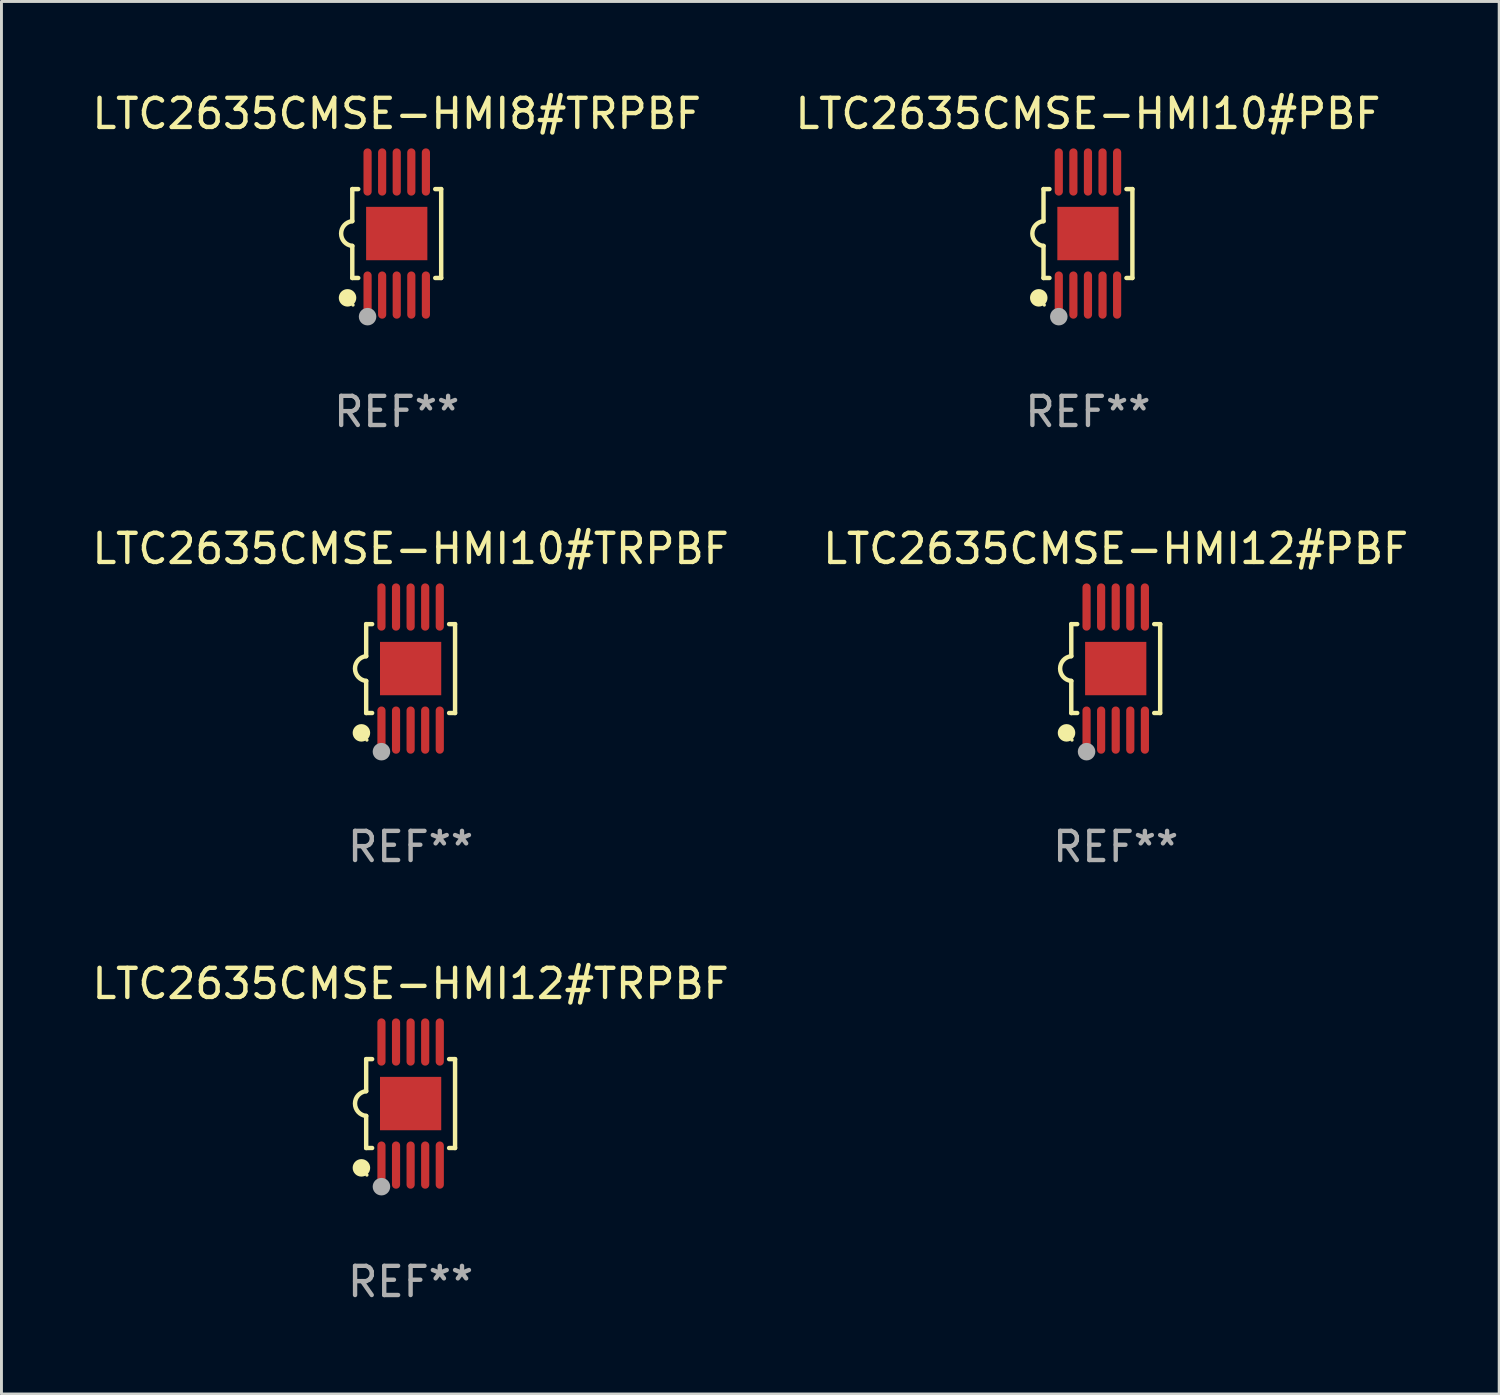
<source format=kicad_pcb>
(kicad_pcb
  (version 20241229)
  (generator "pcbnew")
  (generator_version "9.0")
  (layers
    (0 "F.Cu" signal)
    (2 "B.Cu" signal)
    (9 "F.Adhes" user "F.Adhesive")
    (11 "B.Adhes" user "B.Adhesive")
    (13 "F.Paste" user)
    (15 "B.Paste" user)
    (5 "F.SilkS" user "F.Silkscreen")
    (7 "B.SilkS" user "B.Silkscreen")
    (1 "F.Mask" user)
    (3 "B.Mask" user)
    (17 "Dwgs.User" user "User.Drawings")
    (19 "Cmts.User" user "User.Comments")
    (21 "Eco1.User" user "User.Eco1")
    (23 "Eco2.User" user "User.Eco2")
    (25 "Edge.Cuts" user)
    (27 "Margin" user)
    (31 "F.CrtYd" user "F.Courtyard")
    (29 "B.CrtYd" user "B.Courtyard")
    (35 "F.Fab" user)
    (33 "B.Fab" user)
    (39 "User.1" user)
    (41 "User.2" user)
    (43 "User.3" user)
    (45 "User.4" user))
  (footprint "LTC2635CMSE-HMI12#TRPBF"
    (layer "F.Cu")
    (at 11.03 34.791)
    (property "Reference" "LTC2635CMSE-HMI12#TRPBF" (at 0 -4.11 0) (layer "F.SilkS") (effects (font (size 1 1) (thickness 0.15))))
    (attr through_hole)
    (fp_line (start -1.524 -1.524) (end -1.524 -0.424) (stroke (width 0.152) (type solid)) (layer "F.SilkS"))
    (fp_line (start -1.524 1.524) (end -1.524 0.424) (stroke (width 0.152) (type solid)) (layer "F.SilkS"))
    (fp_line (start -1.524 1.524) (end -1.32 1.524) (stroke (width 0.152) (type solid)) (layer "F.SilkS"))
    (fp_line (start -1.32 -1.524) (end -1.524 -1.524) (stroke (width 0.152) (type solid)) (layer "F.SilkS"))
    (fp_line (start 1.32 1.524) (end 1.524 1.524) (stroke (width 0.152) (type solid)) (layer "F.SilkS"))
    (fp_line (start 1.524 -1.524) (end 1.32 -1.524) (stroke (width 0.152) (type solid)) (layer "F.SilkS"))
    (fp_line (start 1.524 1.524) (end 1.524 -1.524) (stroke (width 0.152) (type solid)) (layer "F.SilkS"))
    (fp_arc (start -1.524003 0.424003) (mid -1.906663 -0.000089) (end -1.524004 -0.424181) (stroke (width 0.151994) (type solid)) (layer "F.SilkS"))
    (fp_circle (center -1.687 2.205) (end -1.537 2.205) (stroke (width 0.3) (type solid)) (fill no) (layer "F.SilkS"))
    (fp_circle (center -1.5 2.45) (end -1.47 2.45) (stroke (width 0.06) (type solid)) (fill no) (layer "F.SilkS"))
    (fp_circle (center -1 2.85) (end -0.85 2.85) (stroke (width 0.3) (type solid)) (fill no) (layer "F.Fab"))
    (fp_text user "REF**" (at 0 6.11 0) (layer "F.Fab") (effects (font (size 1 1) (thickness 0.15))))
    (pad "1" smd oval (at -1 2.11) (size 0.28 1.62) (layers "F.Cu" "F.Mask" "F.Paste"))
    (pad "2" smd oval (at -0.5 2.11) (size 0.28 1.62) (layers "F.Cu" "F.Mask" "F.Paste"))
    (pad "3" smd oval (at 0 2.11) (size 0.28 1.62) (layers "F.Cu" "F.Mask" "F.Paste"))
    (pad "4" smd oval (at 0.5 2.11) (size 0.28 1.62) (layers "F.Cu" "F.Mask" "F.Paste"))
    (pad "5" smd oval (at 1 2.11) (size 0.28 1.62) (layers "F.Cu" "F.Mask" "F.Paste"))
    (pad "6" smd oval (at 1 -2.11) (size 0.28 1.62) (layers "F.Cu" "F.Mask" "F.Paste"))
    (pad "7" smd oval (at 0.5 -2.11) (size 0.28 1.62) (layers "F.Cu" "F.Mask" "F.Paste"))
    (pad "8" smd oval (at 0 -2.11) (size 0.28 1.62) (layers "F.Cu" "F.Mask" "F.Paste"))
    (pad "9" smd oval (at -0.5 -2.11) (size 0.28 1.62) (layers "F.Cu" "F.Mask" "F.Paste"))
    (pad "10" smd oval (at -1 -2.11) (size 0.28 1.62) (layers "F.Cu" "F.Mask" "F.Paste"))
    (pad "11" smd rect (at 0 0) (size 2.1 1.83) (layers "F.Cu" "F.Mask" "F.Paste")))
  (footprint "LTC2635CMSE-HMI12#PBF"
    (layer "F.Cu")
    (at 35.208 19.875)
    (property "Reference" "LTC2635CMSE-HMI12#PBF" (at 0 -4.11 0) (layer "F.SilkS") (effects (font (size 1 1) (thickness 0.15))))
    (attr through_hole)
    (fp_line (start -1.524 -1.524) (end -1.524 -0.424) (stroke (width 0.152) (type solid)) (layer "F.SilkS"))
    (fp_line (start -1.524 1.524) (end -1.524 0.424) (stroke (width 0.152) (type solid)) (layer "F.SilkS"))
    (fp_line (start -1.524 1.524) (end -1.32 1.524) (stroke (width 0.152) (type solid)) (layer "F.SilkS"))
    (fp_line (start -1.32 -1.524) (end -1.524 -1.524) (stroke (width 0.152) (type solid)) (layer "F.SilkS"))
    (fp_line (start 1.32 1.524) (end 1.524 1.524) (stroke (width 0.152) (type solid)) (layer "F.SilkS"))
    (fp_line (start 1.524 -1.524) (end 1.32 -1.524) (stroke (width 0.152) (type solid)) (layer "F.SilkS"))
    (fp_line (start 1.524 1.524) (end 1.524 -1.524) (stroke (width 0.152) (type solid)) (layer "F.SilkS"))
    (fp_arc (start -1.524003 0.424003) (mid -1.906663 -0.000089) (end -1.524004 -0.424181) (stroke (width 0.151994) (type solid)) (layer "F.SilkS"))
    (fp_circle (center -1.687 2.205) (end -1.537 2.205) (stroke (width 0.3) (type solid)) (fill no) (layer "F.SilkS"))
    (fp_circle (center -1.5 2.45) (end -1.47 2.45) (stroke (width 0.06) (type solid)) (fill no) (layer "F.SilkS"))
    (fp_circle (center -1 2.85) (end -0.85 2.85) (stroke (width 0.3) (type solid)) (fill no) (layer "F.Fab"))
    (fp_text user "REF**" (at 0 6.11 0) (layer "F.Fab") (effects (font (size 1 1) (thickness 0.15))))
    (pad "1" smd oval (at -1 2.11) (size 0.28 1.62) (layers "F.Cu" "F.Mask" "F.Paste"))
    (pad "2" smd oval (at -0.5 2.11) (size 0.28 1.62) (layers "F.Cu" "F.Mask" "F.Paste"))
    (pad "3" smd oval (at 0 2.11) (size 0.28 1.62) (layers "F.Cu" "F.Mask" "F.Paste"))
    (pad "4" smd oval (at 0.5 2.11) (size 0.28 1.62) (layers "F.Cu" "F.Mask" "F.Paste"))
    (pad "5" smd oval (at 1 2.11) (size 0.28 1.62) (layers "F.Cu" "F.Mask" "F.Paste"))
    (pad "6" smd oval (at 1 -2.11) (size 0.28 1.62) (layers "F.Cu" "F.Mask" "F.Paste"))
    (pad "7" smd oval (at 0.5 -2.11) (size 0.28 1.62) (layers "F.Cu" "F.Mask" "F.Paste"))
    (pad "8" smd oval (at 0 -2.11) (size 0.28 1.62) (layers "F.Cu" "F.Mask" "F.Paste"))
    (pad "9" smd oval (at -0.5 -2.11) (size 0.28 1.62) (layers "F.Cu" "F.Mask" "F.Paste"))
    (pad "10" smd oval (at -1 -2.11) (size 0.28 1.62) (layers "F.Cu" "F.Mask" "F.Paste"))
    (pad "11" smd rect (at 0 0) (size 2.1 1.83) (layers "F.Cu" "F.Mask" "F.Paste")))
  (footprint "LTC2635CMSE-HMI8#TRPBF"
    (layer "F.Cu")
    (at 10.554 4.958)
    (property "Reference" "LTC2635CMSE-HMI8#TRPBF" (at 0 -4.11 0) (layer "F.SilkS") (effects (font (size 1 1) (thickness 0.15))))
    (attr through_hole)
    (fp_line (start -1.524 -1.524) (end -1.524 -0.424) (stroke (width 0.152) (type solid)) (layer "F.SilkS"))
    (fp_line (start -1.524 1.524) (end -1.524 0.424) (stroke (width 0.152) (type solid)) (layer "F.SilkS"))
    (fp_line (start -1.524 1.524) (end -1.32 1.524) (stroke (width 0.152) (type solid)) (layer "F.SilkS"))
    (fp_line (start -1.32 -1.524) (end -1.524 -1.524) (stroke (width 0.152) (type solid)) (layer "F.SilkS"))
    (fp_line (start 1.32 1.524) (end 1.524 1.524) (stroke (width 0.152) (type solid)) (layer "F.SilkS"))
    (fp_line (start 1.524 -1.524) (end 1.32 -1.524) (stroke (width 0.152) (type solid)) (layer "F.SilkS"))
    (fp_line (start 1.524 1.524) (end 1.524 -1.524) (stroke (width 0.152) (type solid)) (layer "F.SilkS"))
    (fp_arc (start -1.524003 0.424003) (mid -1.906663 -0.000089) (end -1.524004 -0.424181) (stroke (width 0.151994) (type solid)) (layer "F.SilkS"))
    (fp_circle (center -1.687 2.205) (end -1.537 2.205) (stroke (width 0.3) (type solid)) (fill no) (layer "F.SilkS"))
    (fp_circle (center -1.5 2.45) (end -1.47 2.45) (stroke (width 0.06) (type solid)) (fill no) (layer "F.SilkS"))
    (fp_circle (center -1 2.85) (end -0.85 2.85) (stroke (width 0.3) (type solid)) (fill no) (layer "F.Fab"))
    (fp_text user "REF**" (at 0 6.11 0) (layer "F.Fab") (effects (font (size 1 1) (thickness 0.15))))
    (pad "1" smd oval (at -1 2.11) (size 0.28 1.62) (layers "F.Cu" "F.Mask" "F.Paste"))
    (pad "2" smd oval (at -0.5 2.11) (size 0.28 1.62) (layers "F.Cu" "F.Mask" "F.Paste"))
    (pad "3" smd oval (at 0 2.11) (size 0.28 1.62) (layers "F.Cu" "F.Mask" "F.Paste"))
    (pad "4" smd oval (at 0.5 2.11) (size 0.28 1.62) (layers "F.Cu" "F.Mask" "F.Paste"))
    (pad "5" smd oval (at 1 2.11) (size 0.28 1.62) (layers "F.Cu" "F.Mask" "F.Paste"))
    (pad "6" smd oval (at 1 -2.11) (size 0.28 1.62) (layers "F.Cu" "F.Mask" "F.Paste"))
    (pad "7" smd oval (at 0.5 -2.11) (size 0.28 1.62) (layers "F.Cu" "F.Mask" "F.Paste"))
    (pad "8" smd oval (at 0 -2.11) (size 0.28 1.62) (layers "F.Cu" "F.Mask" "F.Paste"))
    (pad "9" smd oval (at -0.5 -2.11) (size 0.28 1.62) (layers "F.Cu" "F.Mask" "F.Paste"))
    (pad "10" smd oval (at -1 -2.11) (size 0.28 1.62) (layers "F.Cu" "F.Mask" "F.Paste"))
    (pad "11" smd rect (at 0 0) (size 2.1 1.83) (layers "F.Cu" "F.Mask" "F.Paste")))
  (footprint "LTC2635CMSE-HMI10#TRPBF"
    (layer "F.Cu")
    (at 11.03 19.875)
    (property "Reference" "LTC2635CMSE-HMI10#TRPBF" (at 0 -4.11 0) (layer "F.SilkS") (effects (font (size 1 1) (thickness 0.15))))
    (attr through_hole)
    (fp_line (start -1.524 -1.524) (end -1.524 -0.424) (stroke (width 0.152) (type solid)) (layer "F.SilkS"))
    (fp_line (start -1.524 1.524) (end -1.524 0.424) (stroke (width 0.152) (type solid)) (layer "F.SilkS"))
    (fp_line (start -1.524 1.524) (end -1.32 1.524) (stroke (width 0.152) (type solid)) (layer "F.SilkS"))
    (fp_line (start -1.32 -1.524) (end -1.524 -1.524) (stroke (width 0.152) (type solid)) (layer "F.SilkS"))
    (fp_line (start 1.32 1.524) (end 1.524 1.524) (stroke (width 0.152) (type solid)) (layer "F.SilkS"))
    (fp_line (start 1.524 -1.524) (end 1.32 -1.524) (stroke (width 0.152) (type solid)) (layer "F.SilkS"))
    (fp_line (start 1.524 1.524) (end 1.524 -1.524) (stroke (width 0.152) (type solid)) (layer "F.SilkS"))
    (fp_arc (start -1.524003 0.424003) (mid -1.906663 -0.000089) (end -1.524004 -0.424181) (stroke (width 0.151994) (type solid)) (layer "F.SilkS"))
    (fp_circle (center -1.687 2.205) (end -1.537 2.205) (stroke (width 0.3) (type solid)) (fill no) (layer "F.SilkS"))
    (fp_circle (center -1.5 2.45) (end -1.47 2.45) (stroke (width 0.06) (type solid)) (fill no) (layer "F.SilkS"))
    (fp_circle (center -1 2.85) (end -0.85 2.85) (stroke (width 0.3) (type solid)) (fill no) (layer "F.Fab"))
    (fp_text user "REF**" (at 0 6.11 0) (layer "F.Fab") (effects (font (size 1 1) (thickness 0.15))))
    (pad "1" smd oval (at -1 2.11) (size 0.28 1.62) (layers "F.Cu" "F.Mask" "F.Paste"))
    (pad "2" smd oval (at -0.5 2.11) (size 0.28 1.62) (layers "F.Cu" "F.Mask" "F.Paste"))
    (pad "3" smd oval (at 0 2.11) (size 0.28 1.62) (layers "F.Cu" "F.Mask" "F.Paste"))
    (pad "4" smd oval (at 0.5 2.11) (size 0.28 1.62) (layers "F.Cu" "F.Mask" "F.Paste"))
    (pad "5" smd oval (at 1 2.11) (size 0.28 1.62) (layers "F.Cu" "F.Mask" "F.Paste"))
    (pad "6" smd oval (at 1 -2.11) (size 0.28 1.62) (layers "F.Cu" "F.Mask" "F.Paste"))
    (pad "7" smd oval (at 0.5 -2.11) (size 0.28 1.62) (layers "F.Cu" "F.Mask" "F.Paste"))
    (pad "8" smd oval (at 0 -2.11) (size 0.28 1.62) (layers "F.Cu" "F.Mask" "F.Paste"))
    (pad "9" smd oval (at -0.5 -2.11) (size 0.28 1.62) (layers "F.Cu" "F.Mask" "F.Paste"))
    (pad "10" smd oval (at -1 -2.11) (size 0.28 1.62) (layers "F.Cu" "F.Mask" "F.Paste"))
    (pad "11" smd rect (at 0 0) (size 2.1 1.83) (layers "F.Cu" "F.Mask" "F.Paste")))
  (footprint "LTC2635CMSE-HMI10#PBF"
    (layer "F.Cu")
    (at 34.256 4.958)
    (property "Reference" "LTC2635CMSE-HMI10#PBF" (at 0 -4.11 0) (layer "F.SilkS") (effects (font (size 1 1) (thickness 0.15))))
    (attr through_hole)
    (fp_line (start -1.524 -1.524) (end -1.524 -0.424) (stroke (width 0.152) (type solid)) (layer "F.SilkS"))
    (fp_line (start -1.524 1.524) (end -1.524 0.424) (stroke (width 0.152) (type solid)) (layer "F.SilkS"))
    (fp_line (start -1.524 1.524) (end -1.32 1.524) (stroke (width 0.152) (type solid)) (layer "F.SilkS"))
    (fp_line (start -1.32 -1.524) (end -1.524 -1.524) (stroke (width 0.152) (type solid)) (layer "F.SilkS"))
    (fp_line (start 1.32 1.524) (end 1.524 1.524) (stroke (width 0.152) (type solid)) (layer "F.SilkS"))
    (fp_line (start 1.524 -1.524) (end 1.32 -1.524) (stroke (width 0.152) (type solid)) (layer "F.SilkS"))
    (fp_line (start 1.524 1.524) (end 1.524 -1.524) (stroke (width 0.152) (type solid)) (layer "F.SilkS"))
    (fp_arc (start -1.524003 0.424003) (mid -1.906663 -0.000089) (end -1.524004 -0.424181) (stroke (width 0.151994) (type solid)) (layer "F.SilkS"))
    (fp_circle (center -1.687 2.205) (end -1.537 2.205) (stroke (width 0.3) (type solid)) (fill no) (layer "F.SilkS"))
    (fp_circle (center -1.5 2.45) (end -1.47 2.45) (stroke (width 0.06) (type solid)) (fill no) (layer "F.SilkS"))
    (fp_circle (center -1 2.85) (end -0.85 2.85) (stroke (width 0.3) (type solid)) (fill no) (layer "F.Fab"))
    (fp_text user "REF**" (at 0 6.11 0) (layer "F.Fab") (effects (font (size 1 1) (thickness 0.15))))
    (pad "1" smd oval (at -1 2.11) (size 0.28 1.62) (layers "F.Cu" "F.Mask" "F.Paste"))
    (pad "2" smd oval (at -0.5 2.11) (size 0.28 1.62) (layers "F.Cu" "F.Mask" "F.Paste"))
    (pad "3" smd oval (at 0 2.11) (size 0.28 1.62) (layers "F.Cu" "F.Mask" "F.Paste"))
    (pad "4" smd oval (at 0.5 2.11) (size 0.28 1.62) (layers "F.Cu" "F.Mask" "F.Paste"))
    (pad "5" smd oval (at 1 2.11) (size 0.28 1.62) (layers "F.Cu" "F.Mask" "F.Paste"))
    (pad "6" smd oval (at 1 -2.11) (size 0.28 1.62) (layers "F.Cu" "F.Mask" "F.Paste"))
    (pad "7" smd oval (at 0.5 -2.11) (size 0.28 1.62) (layers "F.Cu" "F.Mask" "F.Paste"))
    (pad "8" smd oval (at 0 -2.11) (size 0.28 1.62) (layers "F.Cu" "F.Mask" "F.Paste"))
    (pad "9" smd oval (at -0.5 -2.11) (size 0.28 1.62) (layers "F.Cu" "F.Mask" "F.Paste"))
    (pad "10" smd oval (at -1 -2.11) (size 0.28 1.62) (layers "F.Cu" "F.Mask" "F.Paste"))
    (pad "11" smd rect (at 0 0) (size 2.1 1.83) (layers "F.Cu" "F.Mask" "F.Paste")))
  (gr_rect
    (start -3 -3)
    (end 48.357 44.749)
    (stroke (width 0.1) (type default))
    (fill no)
    (layer "Edge.Cuts")))
</source>
